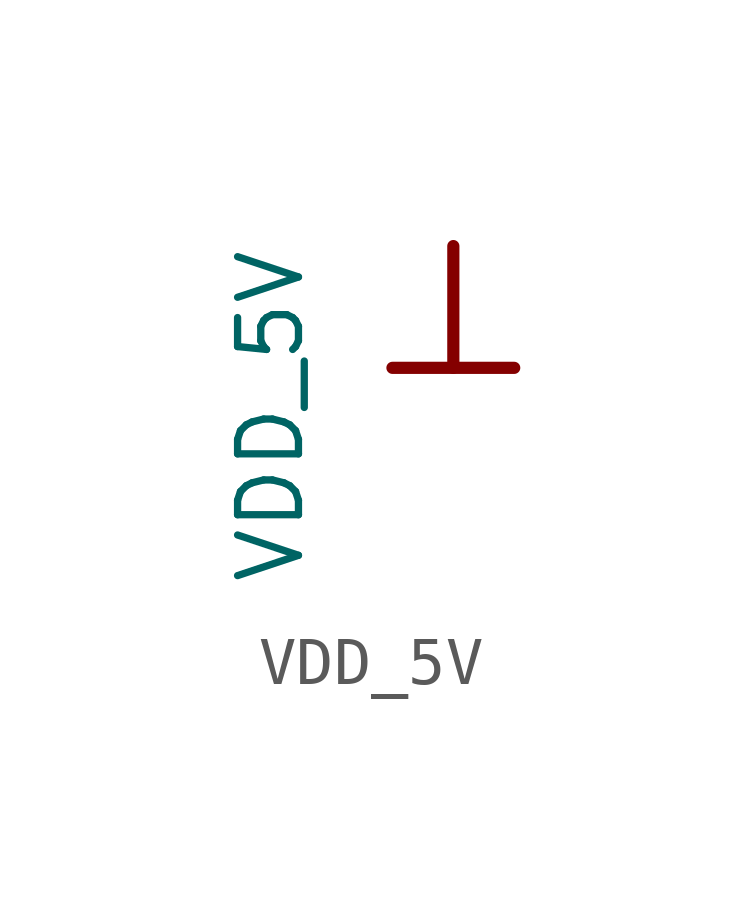
<source format=kicad_sym>
(kicad_symbol_lib
  (version 20211014)
  (generator kicad_symbol_editor)
  (symbol "VDD_5V"
    (power)
    (property "Reference" "#PWR05"
      (at 0 0 0)
      (effects (font (size 1.27 1.27)) hide))
    (property "Value" "VDD_5V"
      (at -3.81 0 90)
      (effects (font (size 1.27 1.27)) (justify right)))
    (symbol "VDD_5V_0_0"
      (polyline (pts (xy -1.27 -2.54) (xy 1.27 -2.54)) (stroke (width 0.254) (type default) (color 0 0 0 0)) (fill (type none)))
      (polyline (pts (xy 0 0) (xy 0 -2.54)) (stroke (width 0.254) (type default) (color 0 0 0 0)) (fill (type none)))
      (pin power_in line (at 0 0 0) (length 0) hide (name "VDD_5V" (effects (font (size 1.27 1.27)))) (number "" (effects (font (size 1.27 1.27))))))))
</source>
